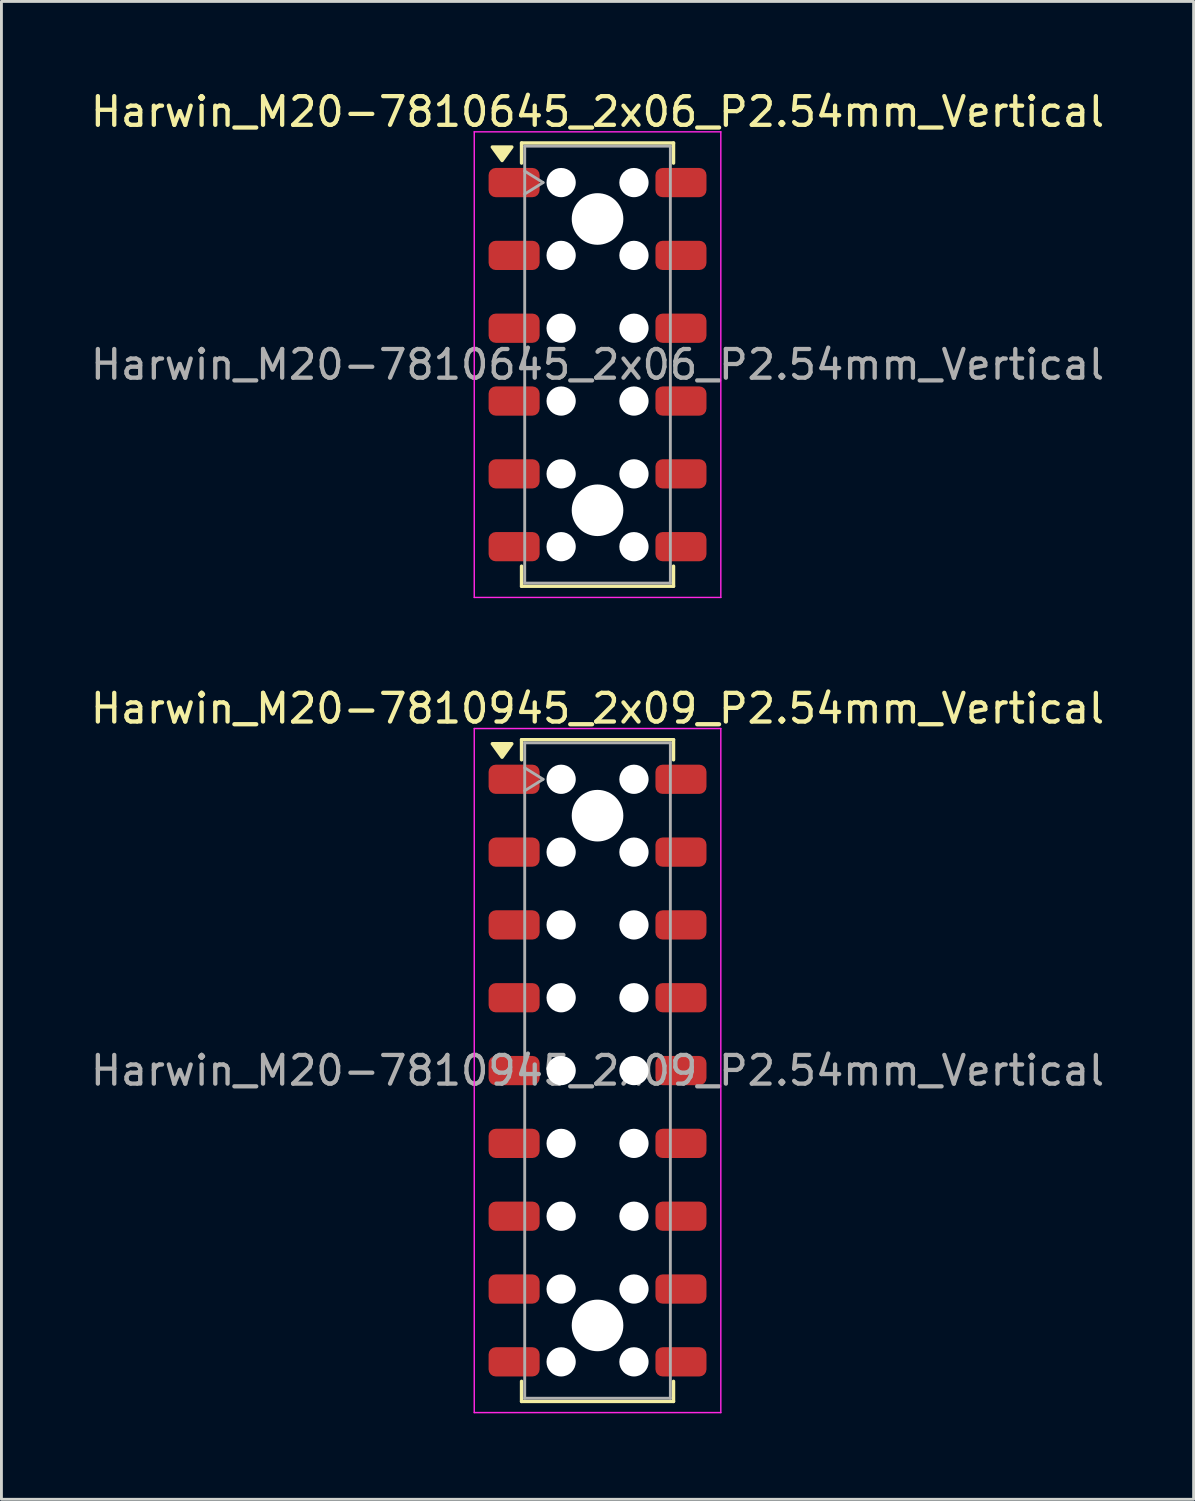
<source format=kicad_pcb>
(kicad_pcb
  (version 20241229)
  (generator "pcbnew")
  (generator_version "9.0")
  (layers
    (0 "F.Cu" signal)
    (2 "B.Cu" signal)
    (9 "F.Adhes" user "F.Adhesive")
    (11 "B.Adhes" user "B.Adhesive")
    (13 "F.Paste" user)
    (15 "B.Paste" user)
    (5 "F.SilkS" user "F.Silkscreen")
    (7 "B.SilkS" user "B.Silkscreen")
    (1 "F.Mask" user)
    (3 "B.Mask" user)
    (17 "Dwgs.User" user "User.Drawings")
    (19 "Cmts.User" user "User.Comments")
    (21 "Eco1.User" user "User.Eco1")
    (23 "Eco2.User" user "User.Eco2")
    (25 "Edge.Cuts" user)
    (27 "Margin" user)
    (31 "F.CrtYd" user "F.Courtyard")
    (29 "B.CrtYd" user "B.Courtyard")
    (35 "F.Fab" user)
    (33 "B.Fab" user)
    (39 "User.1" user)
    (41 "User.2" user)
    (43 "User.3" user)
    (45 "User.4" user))
  (footprint "Harwin_M20-7810645_2x06_P2.54mm_Vertical"
    (layer "F.Cu")
    (at 17.792 9.668)
    (property "Reference" "Harwin_M20-7810645_2x06_P2.54mm_Vertical" (at 0 -8.82 0) (layer "F.SilkS") (effects (font (size 1 1) (thickness 0.15))))
    (attr smd)
    (fp_line (start -2.65 -7.73) (end 2.65 -7.73) (stroke (width 0.12) (type solid)) (layer "F.SilkS"))
    (fp_line (start -2.65 -7.03) (end -2.65 -7.73) (stroke (width 0.12) (type solid)) (layer "F.SilkS"))
    (fp_line (start -2.65 7.03) (end -2.65 7.73) (stroke (width 0.12) (type solid)) (layer "F.SilkS"))
    (fp_line (start -2.65 7.73) (end 2.65 7.73) (stroke (width 0.12) (type solid)) (layer "F.SilkS"))
    (fp_line (start 2.65 -7.73) (end 2.65 -7.03) (stroke (width 0.12) (type solid)) (layer "F.SilkS"))
    (fp_line (start 2.65 7.73) (end 2.65 7.03) (stroke (width 0.12) (type solid)) (layer "F.SilkS"))
    (fp_poly (pts (xy -3.33 -7.12) (xy -3.67 -7.59) (xy -2.99 -7.59)) (stroke (width 0.12) (type solid)) (fill yes) (layer "F.SilkS"))
    (fp_line (start -4.3 -8.12) (end 4.3 -8.12) (stroke (width 0.05) (type solid)) (layer "F.CrtYd"))
    (fp_line (start -4.3 8.12) (end -4.3 -8.12) (stroke (width 0.05) (type solid)) (layer "F.CrtYd"))
    (fp_line (start 4.3 -8.12) (end 4.3 8.12) (stroke (width 0.05) (type solid)) (layer "F.CrtYd"))
    (fp_line (start 4.3 8.12) (end -4.3 8.12) (stroke (width 0.05) (type solid)) (layer "F.CrtYd"))
    (fp_line (start -2.54 -7.62) (end 2.54 -7.62) (stroke (width 0.1) (type solid)) (layer "F.Fab"))
    (fp_line (start -2.54 -6.75) (end -1.9 -6.35) (stroke (width 0.1) (type solid)) (layer "F.Fab"))
    (fp_line (start -2.54 7.62) (end -2.54 -7.62) (stroke (width 0.1) (type solid)) (layer "F.Fab"))
    (fp_line (start -1.9 -6.35) (end -2.54 -5.95) (stroke (width 0.1) (type solid)) (layer "F.Fab"))
    (fp_line (start 2.54 -7.62) (end 2.54 7.62) (stroke (width 0.1) (type solid)) (layer "F.Fab"))
    (fp_line (start 2.54 7.62) (end -2.54 7.62) (stroke (width 0.1) (type solid)) (layer "F.Fab"))
    (fp_text user "${REFERENCE}" (at 0 0 0) (layer "F.Fab") (effects (font (size 1 1) (thickness 0.15))))
    (pad "" np_thru_hole circle (at -1.27 -6.35) (size 1.02 1.02) (drill 1.02) (layers "*.Cu" "*.Mask"))
    (pad "" np_thru_hole circle (at -1.27 -3.81) (size 1.02 1.02) (drill 1.02) (layers "*.Cu" "*.Mask"))
    (pad "" np_thru_hole circle (at -1.27 -1.27) (size 1.02 1.02) (drill 1.02) (layers "*.Cu" "*.Mask"))
    (pad "" np_thru_hole circle (at -1.27 1.27) (size 1.02 1.02) (drill 1.02) (layers "*.Cu" "*.Mask"))
    (pad "" np_thru_hole circle (at -1.27 3.81) (size 1.02 1.02) (drill 1.02) (layers "*.Cu" "*.Mask"))
    (pad "" np_thru_hole circle (at -1.27 6.35) (size 1.02 1.02) (drill 1.02) (layers "*.Cu" "*.Mask"))
    (pad "" np_thru_hole circle (at 0 -5.08) (size 1.8 1.8) (drill 1.8) (layers "*.Cu" "*.Mask"))
    (pad "" np_thru_hole circle (at 0 5.08) (size 1.8 1.8) (drill 1.8) (layers "*.Cu" "*.Mask"))
    (pad "" np_thru_hole circle (at 1.27 -6.35) (size 1.02 1.02) (drill 1.02) (layers "*.Cu" "*.Mask"))
    (pad "" np_thru_hole circle (at 1.27 -3.81) (size 1.02 1.02) (drill 1.02) (layers "*.Cu" "*.Mask"))
    (pad "" np_thru_hole circle (at 1.27 -1.27) (size 1.02 1.02) (drill 1.02) (layers "*.Cu" "*.Mask"))
    (pad "" np_thru_hole circle (at 1.27 1.27) (size 1.02 1.02) (drill 1.02) (layers "*.Cu" "*.Mask"))
    (pad "" np_thru_hole circle (at 1.27 3.81) (size 1.02 1.02) (drill 1.02) (layers "*.Cu" "*.Mask"))
    (pad "" np_thru_hole circle (at 1.27 6.35) (size 1.02 1.02) (drill 1.02) (layers "*.Cu" "*.Mask"))
    (pad "1" smd roundrect (at -2.91 -6.35) (size 1.78 1.02) (layers "F.Cu" "F.Mask" "F.Paste") (roundrect_rratio 0.245))
    (pad "2" smd roundrect (at -2.91 -3.81) (size 1.78 1.02) (layers "F.Cu" "F.Mask" "F.Paste") (roundrect_rratio 0.245))
    (pad "3" smd roundrect (at -2.91 -1.27) (size 1.78 1.02) (layers "F.Cu" "F.Mask" "F.Paste") (roundrect_rratio 0.245))
    (pad "4" smd roundrect (at -2.91 1.27) (size 1.78 1.02) (layers "F.Cu" "F.Mask" "F.Paste") (roundrect_rratio 0.245))
    (pad "5" smd roundrect (at -2.91 3.81) (size 1.78 1.02) (layers "F.Cu" "F.Mask" "F.Paste") (roundrect_rratio 0.245))
    (pad "6" smd roundrect (at -2.91 6.35) (size 1.78 1.02) (layers "F.Cu" "F.Mask" "F.Paste") (roundrect_rratio 0.245))
    (pad "7" smd roundrect (at 2.91 -6.35) (size 1.78 1.02) (layers "F.Cu" "F.Mask" "F.Paste") (roundrect_rratio 0.245))
    (pad "8" smd roundrect (at 2.91 -3.81) (size 1.78 1.02) (layers "F.Cu" "F.Mask" "F.Paste") (roundrect_rratio 0.245))
    (pad "9" smd roundrect (at 2.91 -1.27) (size 1.78 1.02) (layers "F.Cu" "F.Mask" "F.Paste") (roundrect_rratio 0.245))
    (pad "10" smd roundrect (at 2.91 1.27) (size 1.78 1.02) (layers "F.Cu" "F.Mask" "F.Paste") (roundrect_rratio 0.245))
    (pad "11" smd roundrect (at 2.91 3.81) (size 1.78 1.02) (layers "F.Cu" "F.Mask" "F.Paste") (roundrect_rratio 0.245))
    (pad "12" smd roundrect (at 2.91 6.35) (size 1.78 1.02) (layers "F.Cu" "F.Mask" "F.Paste") (roundrect_rratio 0.245)))
  (footprint "Harwin_M20-7810945_2x09_P2.54mm_Vertical"
    (layer "F.Cu")
    (at 17.792 34.291)
    (property "Reference" "Harwin_M20-7810945_2x09_P2.54mm_Vertical" (at 0 -12.63 0) (layer "F.SilkS") (effects (font (size 1 1) (thickness 0.15))))
    (attr smd)
    (fp_line (start -2.65 -11.54) (end 2.65 -11.54) (stroke (width 0.12) (type solid)) (layer "F.SilkS"))
    (fp_line (start -2.65 -10.84) (end -2.65 -11.54) (stroke (width 0.12) (type solid)) (layer "F.SilkS"))
    (fp_line (start -2.65 10.84) (end -2.65 11.54) (stroke (width 0.12) (type solid)) (layer "F.SilkS"))
    (fp_line (start -2.65 11.54) (end 2.65 11.54) (stroke (width 0.12) (type solid)) (layer "F.SilkS"))
    (fp_line (start 2.65 -11.54) (end 2.65 -10.84) (stroke (width 0.12) (type solid)) (layer "F.SilkS"))
    (fp_line (start 2.65 11.54) (end 2.65 10.84) (stroke (width 0.12) (type solid)) (layer "F.SilkS"))
    (fp_poly (pts (xy -3.33 -10.93) (xy -3.67 -11.4) (xy -2.99 -11.4)) (stroke (width 0.12) (type solid)) (fill yes) (layer "F.SilkS"))
    (fp_line (start -4.3 -11.93) (end 4.3 -11.93) (stroke (width 0.05) (type solid)) (layer "F.CrtYd"))
    (fp_line (start -4.3 11.93) (end -4.3 -11.93) (stroke (width 0.05) (type solid)) (layer "F.CrtYd"))
    (fp_line (start 4.3 -11.93) (end 4.3 11.93) (stroke (width 0.05) (type solid)) (layer "F.CrtYd"))
    (fp_line (start 4.3 11.93) (end -4.3 11.93) (stroke (width 0.05) (type solid)) (layer "F.CrtYd"))
    (fp_line (start -2.54 -11.43) (end 2.54 -11.43) (stroke (width 0.1) (type solid)) (layer "F.Fab"))
    (fp_line (start -2.54 -10.56) (end -1.9 -10.16) (stroke (width 0.1) (type solid)) (layer "F.Fab"))
    (fp_line (start -2.54 11.43) (end -2.54 -11.43) (stroke (width 0.1) (type solid)) (layer "F.Fab"))
    (fp_line (start -1.9 -10.16) (end -2.54 -9.76) (stroke (width 0.1) (type solid)) (layer "F.Fab"))
    (fp_line (start 2.54 -11.43) (end 2.54 11.43) (stroke (width 0.1) (type solid)) (layer "F.Fab"))
    (fp_line (start 2.54 11.43) (end -2.54 11.43) (stroke (width 0.1) (type solid)) (layer "F.Fab"))
    (fp_text user "${REFERENCE}" (at 0 0 0) (layer "F.Fab") (effects (font (size 1 1) (thickness 0.15))))
    (pad "" np_thru_hole circle (at -1.27 -10.16) (size 1.02 1.02) (drill 1.02) (layers "*.Cu" "*.Mask"))
    (pad "" np_thru_hole circle (at -1.27 -7.62) (size 1.02 1.02) (drill 1.02) (layers "*.Cu" "*.Mask"))
    (pad "" np_thru_hole circle (at -1.27 -5.08) (size 1.02 1.02) (drill 1.02) (layers "*.Cu" "*.Mask"))
    (pad "" np_thru_hole circle (at -1.27 -2.54) (size 1.02 1.02) (drill 1.02) (layers "*.Cu" "*.Mask"))
    (pad "" np_thru_hole circle (at -1.27 0) (size 1.02 1.02) (drill 1.02) (layers "*.Cu" "*.Mask"))
    (pad "" np_thru_hole circle (at -1.27 2.54) (size 1.02 1.02) (drill 1.02) (layers "*.Cu" "*.Mask"))
    (pad "" np_thru_hole circle (at -1.27 5.08) (size 1.02 1.02) (drill 1.02) (layers "*.Cu" "*.Mask"))
    (pad "" np_thru_hole circle (at -1.27 7.62) (size 1.02 1.02) (drill 1.02) (layers "*.Cu" "*.Mask"))
    (pad "" np_thru_hole circle (at -1.27 10.16) (size 1.02 1.02) (drill 1.02) (layers "*.Cu" "*.Mask"))
    (pad "" np_thru_hole circle (at 0 -8.89) (size 1.8 1.8) (drill 1.8) (layers "*.Cu" "*.Mask"))
    (pad "" np_thru_hole circle (at 0 8.89) (size 1.8 1.8) (drill 1.8) (layers "*.Cu" "*.Mask"))
    (pad "" np_thru_hole circle (at 1.27 -10.16) (size 1.02 1.02) (drill 1.02) (layers "*.Cu" "*.Mask"))
    (pad "" np_thru_hole circle (at 1.27 -7.62) (size 1.02 1.02) (drill 1.02) (layers "*.Cu" "*.Mask"))
    (pad "" np_thru_hole circle (at 1.27 -5.08) (size 1.02 1.02) (drill 1.02) (layers "*.Cu" "*.Mask"))
    (pad "" np_thru_hole circle (at 1.27 -2.54) (size 1.02 1.02) (drill 1.02) (layers "*.Cu" "*.Mask"))
    (pad "" np_thru_hole circle (at 1.27 0) (size 1.02 1.02) (drill 1.02) (layers "*.Cu" "*.Mask"))
    (pad "" np_thru_hole circle (at 1.27 2.54) (size 1.02 1.02) (drill 1.02) (layers "*.Cu" "*.Mask"))
    (pad "" np_thru_hole circle (at 1.27 5.08) (size 1.02 1.02) (drill 1.02) (layers "*.Cu" "*.Mask"))
    (pad "" np_thru_hole circle (at 1.27 7.62) (size 1.02 1.02) (drill 1.02) (layers "*.Cu" "*.Mask"))
    (pad "" np_thru_hole circle (at 1.27 10.16) (size 1.02 1.02) (drill 1.02) (layers "*.Cu" "*.Mask"))
    (pad "1" smd roundrect (at -2.91 -10.16) (size 1.78 1.02) (layers "F.Cu" "F.Mask" "F.Paste") (roundrect_rratio 0.245))
    (pad "2" smd roundrect (at -2.91 -7.62) (size 1.78 1.02) (layers "F.Cu" "F.Mask" "F.Paste") (roundrect_rratio 0.245))
    (pad "3" smd roundrect (at -2.91 -5.08) (size 1.78 1.02) (layers "F.Cu" "F.Mask" "F.Paste") (roundrect_rratio 0.245))
    (pad "4" smd roundrect (at -2.91 -2.54) (size 1.78 1.02) (layers "F.Cu" "F.Mask" "F.Paste") (roundrect_rratio 0.245))
    (pad "5" smd roundrect (at -2.91 0) (size 1.78 1.02) (layers "F.Cu" "F.Mask" "F.Paste") (roundrect_rratio 0.245))
    (pad "6" smd roundrect (at -2.91 2.54) (size 1.78 1.02) (layers "F.Cu" "F.Mask" "F.Paste") (roundrect_rratio 0.245))
    (pad "7" smd roundrect (at -2.91 5.08) (size 1.78 1.02) (layers "F.Cu" "F.Mask" "F.Paste") (roundrect_rratio 0.245))
    (pad "8" smd roundrect (at -2.91 7.62) (size 1.78 1.02) (layers "F.Cu" "F.Mask" "F.Paste") (roundrect_rratio 0.245))
    (pad "9" smd roundrect (at -2.91 10.16) (size 1.78 1.02) (layers "F.Cu" "F.Mask" "F.Paste") (roundrect_rratio 0.245))
    (pad "10" smd roundrect (at 2.91 -10.16) (size 1.78 1.02) (layers "F.Cu" "F.Mask" "F.Paste") (roundrect_rratio 0.245))
    (pad "11" smd roundrect (at 2.91 -7.62) (size 1.78 1.02) (layers "F.Cu" "F.Mask" "F.Paste") (roundrect_rratio 0.245))
    (pad "12" smd roundrect (at 2.91 -5.08) (size 1.78 1.02) (layers "F.Cu" "F.Mask" "F.Paste") (roundrect_rratio 0.245))
    (pad "13" smd roundrect (at 2.91 -2.54) (size 1.78 1.02) (layers "F.Cu" "F.Mask" "F.Paste") (roundrect_rratio 0.245))
    (pad "14" smd roundrect (at 2.91 0) (size 1.78 1.02) (layers "F.Cu" "F.Mask" "F.Paste") (roundrect_rratio 0.245))
    (pad "15" smd roundrect (at 2.91 2.54) (size 1.78 1.02) (layers "F.Cu" "F.Mask" "F.Paste") (roundrect_rratio 0.245))
    (pad "16" smd roundrect (at 2.91 5.08) (size 1.78 1.02) (layers "F.Cu" "F.Mask" "F.Paste") (roundrect_rratio 0.245))
    (pad "17" smd roundrect (at 2.91 7.62) (size 1.78 1.02) (layers "F.Cu" "F.Mask" "F.Paste") (roundrect_rratio 0.245))
    (pad "18" smd roundrect (at 2.91 10.16) (size 1.78 1.02) (layers "F.Cu" "F.Mask" "F.Paste") (roundrect_rratio 0.245)))
  (gr_rect
    (start -3 -3)
    (end 38.583 49.246)
    (stroke (width 0.1) (type default))
    (fill no)
    (layer "Edge.Cuts")))
</source>
